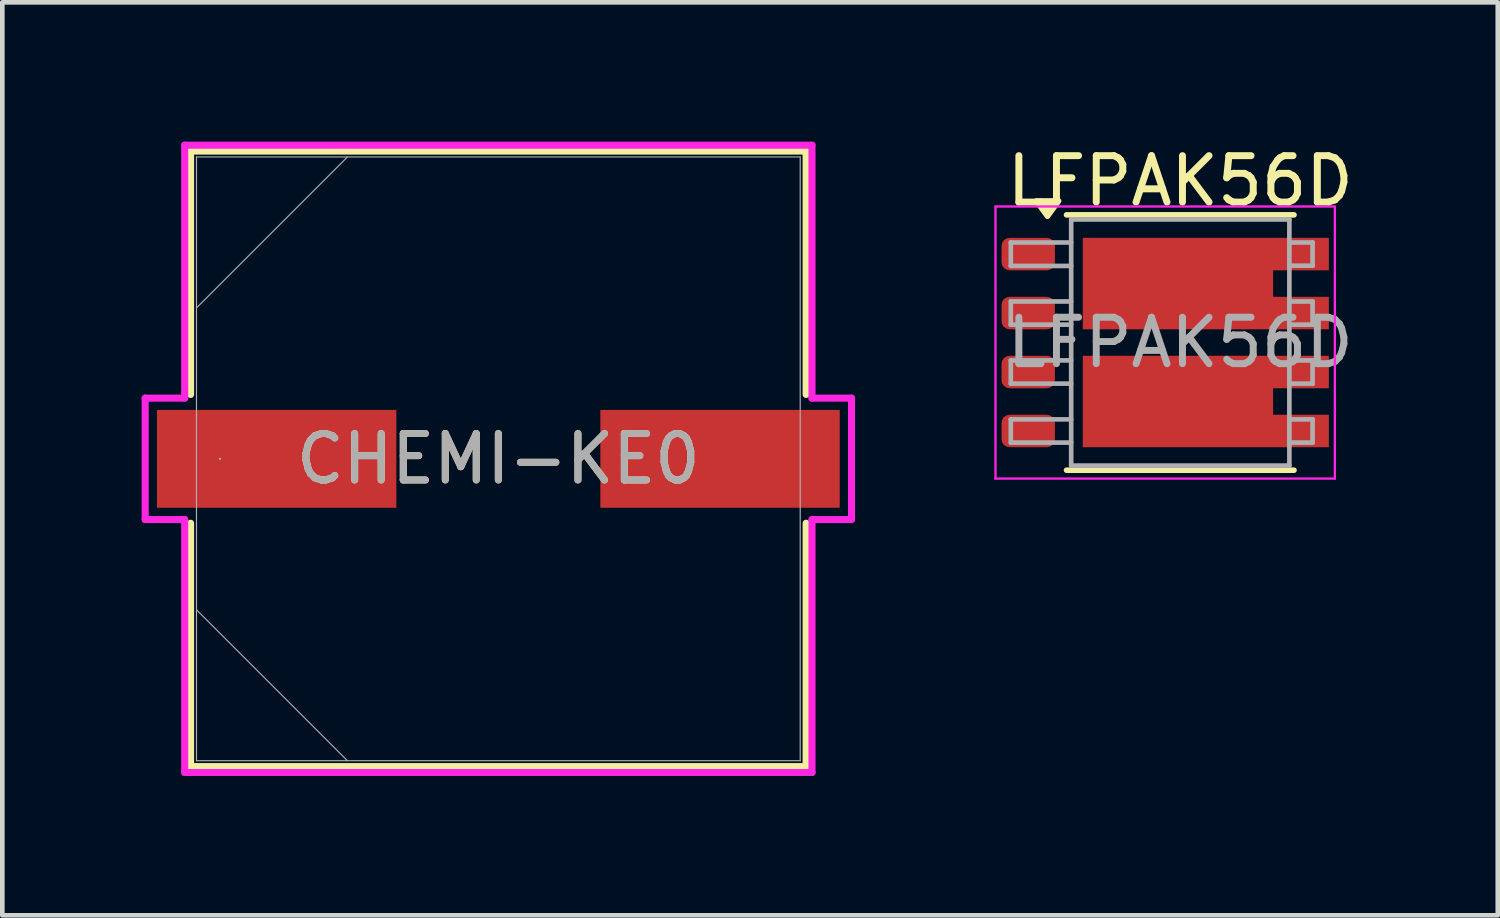
<source format=kicad_pcb>
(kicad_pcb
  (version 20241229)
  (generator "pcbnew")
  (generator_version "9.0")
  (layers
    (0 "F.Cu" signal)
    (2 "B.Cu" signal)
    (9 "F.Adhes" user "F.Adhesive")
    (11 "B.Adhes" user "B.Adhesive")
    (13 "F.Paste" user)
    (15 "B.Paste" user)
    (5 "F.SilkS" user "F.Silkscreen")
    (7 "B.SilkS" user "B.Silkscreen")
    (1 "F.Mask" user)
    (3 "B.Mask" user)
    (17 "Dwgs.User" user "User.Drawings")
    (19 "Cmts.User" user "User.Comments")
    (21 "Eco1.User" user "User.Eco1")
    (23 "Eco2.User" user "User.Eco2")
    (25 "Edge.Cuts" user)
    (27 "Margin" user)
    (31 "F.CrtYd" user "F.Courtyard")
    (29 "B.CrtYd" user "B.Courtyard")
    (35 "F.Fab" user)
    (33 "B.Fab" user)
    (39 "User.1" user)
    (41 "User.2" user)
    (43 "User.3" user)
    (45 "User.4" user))
  (footprint "LFPAK56D"
    (layer "F.Cu")
    (at 22.372 4.328)
    (property "Reference" "LFPAK56D" (at 0 -3.48 0) (unlocked yes) (layer "F.SilkS") (effects (font (size 1 1) (thickness 0.15))))
    (attr smd)
    (fp_line (start -2.45 2.75) (end 2.45 2.75) (stroke (width 0.12) (type solid)) (layer "F.SilkS"))
    (fp_line (start 2.45 -2.75) (end -2.45 -2.75) (stroke (width 0.12) (type solid)) (layer "F.SilkS"))
    (fp_poly (pts (xy -2.86 -2.72) (xy -2.62 -3.05) (xy -3.1 -3.05) (xy -2.86 -2.72)) (stroke (width 0.12) (type solid)) (fill yes) (layer "F.SilkS"))
    (fp_line (start -3.98 2.93) (end -3.98 -2.93) (stroke (width 0.05) (type solid)) (layer "F.CrtYd"))
    (fp_line (start -3.98 2.93) (end 3.33 2.93) (stroke (width 0.05) (type solid)) (layer "F.CrtYd"))
    (fp_line (start 3.33 -2.93) (end -3.98 -2.93) (stroke (width 0.05) (type solid)) (layer "F.CrtYd"))
    (fp_line (start 3.33 -2.93) (end 3.33 2.93) (stroke (width 0.05) (type solid)) (layer "F.CrtYd"))
    (fp_line (start -3.65 -2.155) (end -2.35 -2.155) (stroke (width 0.1) (type default)) (layer "F.Fab"))
    (fp_line (start -3.65 -1.65) (end -3.65 -2.155) (stroke (width 0.1) (type default)) (layer "F.Fab"))
    (fp_line (start -3.65 -0.885) (end -2.35 -0.885) (stroke (width 0.1) (type default)) (layer "F.Fab"))
    (fp_line (start -3.65 -0.385) (end -3.65 -0.885) (stroke (width 0.1) (type default)) (layer "F.Fab"))
    (fp_line (start -3.65 0.885) (end -3.65 0.385) (stroke (width 0.1) (type default)) (layer "F.Fab"))
    (fp_line (start -3.65 1.655) (end -3.65 2.155) (stroke (width 0.1) (type solid)) (layer "F.Fab"))
    (fp_line (start -2.35 -2.65) (end -2.35 2.65) (stroke (width 0.1) (type solid)) (layer "F.Fab"))
    (fp_line (start -2.35 -1.65) (end -3.65 -1.65) (stroke (width 0.1) (type default)) (layer "F.Fab"))
    (fp_line (start -2.35 -0.385) (end -3.65 -0.385) (stroke (width 0.1) (type default)) (layer "F.Fab"))
    (fp_line (start -2.35 0.385) (end -3.65 0.385) (stroke (width 0.1) (type default)) (layer "F.Fab"))
    (fp_line (start -2.35 0.885) (end -3.65 0.885) (stroke (width 0.1) (type default)) (layer "F.Fab"))
    (fp_line (start -2.35 1.655) (end -3.65 1.655) (stroke (width 0.1) (type default)) (layer "F.Fab"))
    (fp_line (start -2.35 2.155) (end -3.65 2.155) (stroke (width 0.1) (type solid)) (layer "F.Fab"))
    (fp_line (start -2.35 2.65) (end 2.35 2.65) (stroke (width 0.1) (type solid)) (layer "F.Fab"))
    (fp_line (start 2.35 -2.65) (end -2.35 -2.65) (stroke (width 0.1) (type solid)) (layer "F.Fab"))
    (fp_line (start 2.35 -2.155) (end 2.85 -2.155) (stroke (width 0.1) (type default)) (layer "F.Fab"))
    (fp_line (start 2.35 -0.885) (end 2.85 -0.885) (stroke (width 0.1) (type default)) (layer "F.Fab"))
    (fp_line (start 2.35 0.385) (end 2.85 0.385) (stroke (width 0.1) (type default)) (layer "F.Fab"))
    (fp_line (start 2.35 1.655) (end 2.85 1.655) (stroke (width 0.1) (type default)) (layer "F.Fab"))
    (fp_line (start 2.35 2.65) (end 2.35 -2.65) (stroke (width 0.1) (type solid)) (layer "F.Fab"))
    (fp_line (start 2.85 -2.155) (end 2.85 -1.655) (stroke (width 0.1) (type default)) (layer "F.Fab"))
    (fp_line (start 2.85 -1.655) (end 2.35 -1.655) (stroke (width 0.1) (type default)) (layer "F.Fab"))
    (fp_line (start 2.85 -0.885) (end 2.85 -0.385) (stroke (width 0.1) (type default)) (layer "F.Fab"))
    (fp_line (start 2.85 -0.385) (end 2.35 -0.385) (stroke (width 0.1) (type default)) (layer "F.Fab"))
    (fp_line (start 2.85 0.385) (end 2.85 0.885) (stroke (width 0.1) (type default)) (layer "F.Fab"))
    (fp_line (start 2.85 0.885) (end 2.35 0.885) (stroke (width 0.1) (type default)) (layer "F.Fab"))
    (fp_line (start 2.85 1.655) (end 2.85 2.155) (stroke (width 0.1) (type default)) (layer "F.Fab"))
    (fp_line (start 2.85 2.155) (end 2.35 2.155) (stroke (width 0.1) (type default)) (layer "F.Fab"))
    (fp_text user "${REFERENCE}" (at 0 0 0) (unlocked yes) (layer "F.Fab") (effects (font (size 1 1) (thickness 0.15))))
    (pad "" smd rect (at -1.375 -1.27) (size 1 1.1) (layers "F.Paste"))
    (pad "" smd rect (at -1.375 1.27) (size 1 1.1) (layers "F.Paste"))
    (pad "" smd rect (at 0.425 -1.27) (size 1 1.1) (layers "F.Paste"))
    (pad "" smd rect (at 0.425 1.27) (size 1 1.1) (layers "F.Paste"))
    (pad "" smd rect (at 2.225 -1.905 270) (size 0.65 1.9) (layers "F.Paste"))
    (pad "" smd rect (at 2.225 -0.635 270) (size 0.65 1.9) (layers "F.Paste"))
    (pad "" smd rect (at 2.225 0.635 270) (size 0.65 1.9) (layers "F.Paste"))
    (pad "" smd rect (at 2.225 1.905 270) (size 0.65 1.9) (layers "F.Paste"))
    (pad "1" smd roundrect (at -3.275 -1.905 270) (size 0.7 1.15) (layers "F.Cu" "F.Mask" "F.Paste") (roundrect_rratio 0.25))
    (pad "2" smd roundrect (at -3.275 -0.635 270) (size 0.7 1.15) (layers "F.Cu" "F.Mask" "F.Paste") (roundrect_rratio 0.25))
    (pad "3" smd roundrect (at -3.275 0.635 270) (size 0.7 1.15) (layers "F.Cu" "F.Mask" "F.Paste") (roundrect_rratio 0.25))
    (pad "4" smd roundrect (at -3.275 1.905 270) (size 0.7 1.15) (layers "F.Cu" "F.Mask" "F.Paste") (roundrect_rratio 0.25))
    (pad "5" smd custom (at -0.05 1.27) (size 4.1 1.97) (layers "F.Cu" "F.Mask") (options (anchor rect)) (primitives (gr_rect (start 1.85 -0.985) (end 3.25 -0.285) (width 0) (fill yes)) (gr_rect (start 1.85 0.285) (end 3.25 0.985) (width 0) (fill yes))))
    (pad "6" smd custom (at -0.05 -1.27) (size 4.1 1.97) (layers "F.Cu" "F.Mask") (options (anchor rect)) (primitives (gr_rect (start 1.85 -0.985) (end 3.25 -0.285) (width 0) (fill yes)) (gr_rect (start 1.85 0.285) (end 3.25 0.985) (width 0) (fill yes)))))
  (footprint "CHEMI-KE0"
    (layer "F.Cu")
    (at 7.684 6.833)
    (property "Reference" "CHEMI-KE0" (at 0 0 0) (unlocked yes) (layer "F.SilkS") (effects (font (size 1 1) (thickness 0.15))))
    (attr smd)
    (fp_line (start -6.629 -6.629) (end -6.629 -1.387) (stroke (width 0.152) (type solid)) (layer "F.SilkS"))
    (fp_line (start -6.629 1.387) (end -6.629 6.629) (stroke (width 0.152) (type solid)) (layer "F.SilkS"))
    (fp_line (start -6.629 6.629) (end 6.629 6.629) (stroke (width 0.152) (type solid)) (layer "F.SilkS"))
    (fp_line (start 6.629 -6.629) (end -6.629 -6.629) (stroke (width 0.152) (type solid)) (layer "F.SilkS"))
    (fp_line (start 6.629 -1.387) (end 6.629 -6.629) (stroke (width 0.152) (type solid)) (layer "F.SilkS"))
    (fp_line (start 6.629 6.629) (end 6.629 1.387) (stroke (width 0.152) (type solid)) (layer "F.SilkS"))
    (fp_line (start -7.607 -1.308) (end -6.756 -1.308) (stroke (width 0.152) (type solid)) (layer "F.CrtYd"))
    (fp_line (start -7.607 1.308) (end -7.607 -1.308) (stroke (width 0.152) (type solid)) (layer "F.CrtYd"))
    (fp_line (start -6.756 -6.756) (end 6.756 -6.756) (stroke (width 0.152) (type solid)) (layer "F.CrtYd"))
    (fp_line (start -6.756 -1.308) (end -6.756 -6.756) (stroke (width 0.152) (type solid)) (layer "F.CrtYd"))
    (fp_line (start -6.756 1.308) (end -7.607 1.308) (stroke (width 0.152) (type solid)) (layer "F.CrtYd"))
    (fp_line (start -6.756 6.756) (end -6.756 1.308) (stroke (width 0.152) (type solid)) (layer "F.CrtYd"))
    (fp_line (start 6.756 -6.756) (end 6.756 -1.308) (stroke (width 0.152) (type solid)) (layer "F.CrtYd"))
    (fp_line (start 6.756 -1.308) (end 7.607 -1.308) (stroke (width 0.152) (type solid)) (layer "F.CrtYd"))
    (fp_line (start 6.756 1.308) (end 6.756 6.756) (stroke (width 0.152) (type solid)) (layer "F.CrtYd"))
    (fp_line (start 6.756 6.756) (end -6.756 6.756) (stroke (width 0.152) (type solid)) (layer "F.CrtYd"))
    (fp_line (start 7.607 -1.308) (end 7.607 1.308) (stroke (width 0.152) (type solid)) (layer "F.CrtYd"))
    (fp_line (start 7.607 1.308) (end 6.756 1.308) (stroke (width 0.152) (type solid)) (layer "F.CrtYd"))
    (fp_line (start -6.502 -6.502) (end -6.502 6.502) (stroke (width 0.025) (type solid)) (layer "F.Fab"))
    (fp_line (start -6.502 -3.251) (end -3.251 -6.502) (stroke (width 0.025) (type solid)) (layer "F.Fab"))
    (fp_line (start -6.502 3.251) (end -3.251 6.502) (stroke (width 0.025) (type solid)) (layer "F.Fab"))
    (fp_line (start -6.502 6.502) (end 6.502 6.502) (stroke (width 0.025) (type solid)) (layer "F.Fab"))
    (fp_line (start 6.502 -6.502) (end -6.502 -6.502) (stroke (width 0.025) (type solid)) (layer "F.Fab"))
    (fp_line (start 6.502 6.502) (end 6.502 -6.502) (stroke (width 0.025) (type solid)) (layer "F.Fab"))
    (fp_circle (center -5.994 0) (end -5.994 0) (stroke (width 0.025) (type solid)) (fill no) (layer "F.Fab"))
    (fp_text user "${REFERENCE}" (at 0 0 0) (unlocked yes) (layer "F.Fab") (effects (font (size 1 1) (thickness 0.15))))
    (pad "1" smd rect (at -4.775 0) (size 5.156 2.108) (layers "F.Cu" "F.Mask" "F.Paste"))
    (pad "2" smd rect (at 4.775 0) (size 5.156 2.108) (layers "F.Cu" "F.Mask" "F.Paste")))
  (gr_rect
    (start -3 -3)
    (end 29.211 16.665)
    (stroke (width 0.1) (type default))
    (fill no)
    (layer "Edge.Cuts")))
</source>
